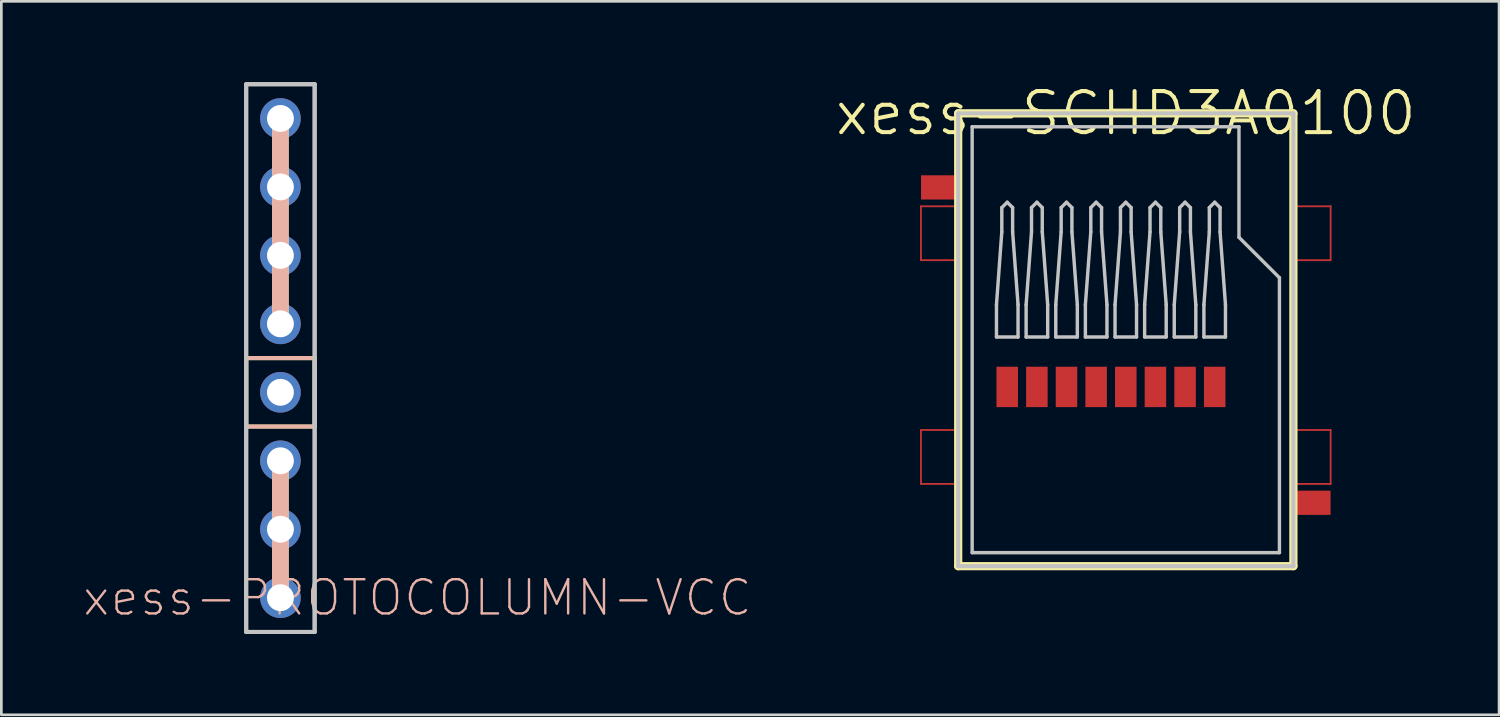
<source format=kicad_pcb>
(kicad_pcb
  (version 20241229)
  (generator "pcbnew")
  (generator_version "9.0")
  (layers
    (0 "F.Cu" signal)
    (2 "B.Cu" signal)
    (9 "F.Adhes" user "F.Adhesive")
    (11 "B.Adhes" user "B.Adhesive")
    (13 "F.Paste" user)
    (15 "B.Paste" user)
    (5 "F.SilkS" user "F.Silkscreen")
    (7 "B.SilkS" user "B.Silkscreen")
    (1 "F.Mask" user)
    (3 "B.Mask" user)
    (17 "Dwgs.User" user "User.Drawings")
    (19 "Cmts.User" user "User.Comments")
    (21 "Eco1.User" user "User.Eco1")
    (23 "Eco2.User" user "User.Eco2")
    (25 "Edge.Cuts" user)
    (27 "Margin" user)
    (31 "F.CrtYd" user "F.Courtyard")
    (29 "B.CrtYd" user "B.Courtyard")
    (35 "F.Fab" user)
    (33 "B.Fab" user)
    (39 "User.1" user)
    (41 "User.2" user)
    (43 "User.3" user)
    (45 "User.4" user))
  (footprint "xess-SCHD3A0100"
    (layer "F.Cu")
    (at 38.718 1.155)
    (property "Reference" "xess-SCHD3A0100" (at 0 0 0) (layer "F.SilkS") (effects (font (size 1.524 1.524) (thickness 0.15))))
    (attr smd)
    (fp_line (start -7.6 3.449) (end -6.149 3.449) (stroke (width 0.066) (type solid)) (layer "F.Cu"))
    (fp_line (start -7.6 5.448) (end -7.6 3.449) (stroke (width 0.066) (type solid)) (layer "F.Cu"))
    (fp_line (start -7.6 5.448) (end -6.149 5.448) (stroke (width 0.066) (type solid)) (layer "F.Cu"))
    (fp_line (start -7.6 11.748) (end -6.149 11.748) (stroke (width 0.066) (type solid)) (layer "F.Cu"))
    (fp_line (start -7.6 13.749) (end -7.6 11.748) (stroke (width 0.066) (type solid)) (layer "F.Cu"))
    (fp_line (start -7.6 13.749) (end -6.149 13.749) (stroke (width 0.066) (type solid)) (layer "F.Cu"))
    (fp_line (start -6.149 5.448) (end -6.149 3.449) (stroke (width 0.066) (type solid)) (layer "F.Cu"))
    (fp_line (start -6.149 13.749) (end -6.149 11.748) (stroke (width 0.066) (type solid)) (layer "F.Cu"))
    (fp_line (start 6.149 3.449) (end 7.6 3.449) (stroke (width 0.066) (type solid)) (layer "F.Cu"))
    (fp_line (start 6.149 5.448) (end 6.149 3.449) (stroke (width 0.066) (type solid)) (layer "F.Cu"))
    (fp_line (start 6.149 5.448) (end 7.6 5.448) (stroke (width 0.066) (type solid)) (layer "F.Cu"))
    (fp_line (start 6.149 11.748) (end 7.6 11.748) (stroke (width 0.066) (type solid)) (layer "F.Cu"))
    (fp_line (start 6.149 13.749) (end 6.149 11.748) (stroke (width 0.066) (type solid)) (layer "F.Cu"))
    (fp_line (start 6.149 13.749) (end 7.6 13.749) (stroke (width 0.066) (type solid)) (layer "F.Cu"))
    (fp_line (start 7.6 5.448) (end 7.6 3.449) (stroke (width 0.066) (type solid)) (layer "F.Cu"))
    (fp_line (start 7.6 13.749) (end 7.6 11.748) (stroke (width 0.066) (type solid)) (layer "F.Cu"))
    (fp_line (start -6.218 0) (end -6.218 16.8) (stroke (width 0.305) (type solid)) (layer "F.SilkS"))
    (fp_line (start -6.218 16.8) (end 6.218 16.8) (stroke (width 0.305) (type solid)) (layer "F.SilkS"))
    (fp_line (start 6.218 0) (end -6.218 0) (stroke (width 0.305) (type solid)) (layer "F.SilkS"))
    (fp_line (start 6.218 16.8) (end 6.218 0) (stroke (width 0.305) (type solid)) (layer "F.SilkS"))
    (fp_line (start -6.218 0) (end -6.218 16.8) (stroke (width 0.15) (type solid)) (layer "Dwgs.User"))
    (fp_line (start -6.218 16.8) (end 6.218 16.8) (stroke (width 0.15) (type solid)) (layer "Dwgs.User"))
    (fp_line (start -5.7 0.498) (end 4.199 0.498) (stroke (width 0.127) (type solid)) (layer "Dwgs.User"))
    (fp_line (start -5.7 16.299) (end -5.7 0.498) (stroke (width 0.127) (type solid)) (layer "Dwgs.User"))
    (fp_line (start -4.798 7.099) (end -4.6 4.399) (stroke (width 0.127) (type solid)) (layer "Dwgs.User"))
    (fp_line (start -4.798 8.298) (end -4.798 7.099) (stroke (width 0.127) (type solid)) (layer "Dwgs.User"))
    (fp_line (start -4.6 3.498) (end -4.399 3.299) (stroke (width 0.127) (type solid)) (layer "Dwgs.User"))
    (fp_line (start -4.6 4.399) (end -4.6 3.498) (stroke (width 0.127) (type solid)) (layer "Dwgs.User"))
    (fp_line (start -4.399 3.299) (end -4.199 3.498) (stroke (width 0.127) (type solid)) (layer "Dwgs.User"))
    (fp_line (start -4.199 3.498) (end -4.199 4.399) (stroke (width 0.127) (type solid)) (layer "Dwgs.User"))
    (fp_line (start -4.199 4.399) (end -3.998 7.099) (stroke (width 0.127) (type solid)) (layer "Dwgs.User"))
    (fp_line (start -3.998 7.099) (end -3.998 8.298) (stroke (width 0.127) (type solid)) (layer "Dwgs.User"))
    (fp_line (start -3.998 8.298) (end -4.798 8.298) (stroke (width 0.127) (type solid)) (layer "Dwgs.User"))
    (fp_line (start -3.698 7.099) (end -3.498 4.399) (stroke (width 0.127) (type solid)) (layer "Dwgs.User"))
    (fp_line (start -3.698 8.298) (end -3.698 7.099) (stroke (width 0.127) (type solid)) (layer "Dwgs.User"))
    (fp_line (start -3.498 3.498) (end -3.299 3.299) (stroke (width 0.127) (type solid)) (layer "Dwgs.User"))
    (fp_line (start -3.498 4.399) (end -3.498 3.498) (stroke (width 0.127) (type solid)) (layer "Dwgs.User"))
    (fp_line (start -3.299 3.299) (end -3.099 3.498) (stroke (width 0.127) (type solid)) (layer "Dwgs.User"))
    (fp_line (start -3.099 3.498) (end -3.099 4.399) (stroke (width 0.127) (type solid)) (layer "Dwgs.User"))
    (fp_line (start -3.099 4.399) (end -2.898 7.099) (stroke (width 0.127) (type solid)) (layer "Dwgs.User"))
    (fp_line (start -2.898 7.099) (end -2.898 8.298) (stroke (width 0.127) (type solid)) (layer "Dwgs.User"))
    (fp_line (start -2.898 8.298) (end -3.698 8.298) (stroke (width 0.127) (type solid)) (layer "Dwgs.User"))
    (fp_line (start -2.598 7.099) (end -2.398 4.399) (stroke (width 0.127) (type solid)) (layer "Dwgs.User"))
    (fp_line (start -2.598 8.298) (end -2.598 7.099) (stroke (width 0.127) (type solid)) (layer "Dwgs.User"))
    (fp_line (start -2.398 3.498) (end -2.2 3.299) (stroke (width 0.127) (type solid)) (layer "Dwgs.User"))
    (fp_line (start -2.398 4.399) (end -2.398 3.498) (stroke (width 0.127) (type solid)) (layer "Dwgs.User"))
    (fp_line (start -2.2 3.299) (end -1.999 3.498) (stroke (width 0.127) (type solid)) (layer "Dwgs.User"))
    (fp_line (start -1.999 3.498) (end -1.999 4.399) (stroke (width 0.127) (type solid)) (layer "Dwgs.User"))
    (fp_line (start -1.999 4.399) (end -1.798 7.099) (stroke (width 0.127) (type solid)) (layer "Dwgs.User"))
    (fp_line (start -1.798 7.099) (end -1.798 8.298) (stroke (width 0.127) (type solid)) (layer "Dwgs.User"))
    (fp_line (start -1.798 8.298) (end -2.598 8.298) (stroke (width 0.127) (type solid)) (layer "Dwgs.User"))
    (fp_line (start -1.499 7.099) (end -1.298 4.399) (stroke (width 0.127) (type solid)) (layer "Dwgs.User"))
    (fp_line (start -1.499 8.298) (end -1.499 7.099) (stroke (width 0.127) (type solid)) (layer "Dwgs.User"))
    (fp_line (start -1.298 3.498) (end -1.1 3.299) (stroke (width 0.127) (type solid)) (layer "Dwgs.User"))
    (fp_line (start -1.298 4.399) (end -1.298 3.498) (stroke (width 0.127) (type solid)) (layer "Dwgs.User"))
    (fp_line (start -1.1 3.299) (end -0.899 3.498) (stroke (width 0.127) (type solid)) (layer "Dwgs.User"))
    (fp_line (start -0.899 3.498) (end -0.899 4.399) (stroke (width 0.127) (type solid)) (layer "Dwgs.User"))
    (fp_line (start -0.899 4.399) (end -0.699 7.099) (stroke (width 0.127) (type solid)) (layer "Dwgs.User"))
    (fp_line (start -0.699 7.099) (end -0.699 8.298) (stroke (width 0.127) (type solid)) (layer "Dwgs.User"))
    (fp_line (start -0.699 8.298) (end -1.499 8.298) (stroke (width 0.127) (type solid)) (layer "Dwgs.User"))
    (fp_line (start -0.399 7.099) (end -0.198 4.399) (stroke (width 0.127) (type solid)) (layer "Dwgs.User"))
    (fp_line (start -0.399 8.298) (end -0.399 7.099) (stroke (width 0.127) (type solid)) (layer "Dwgs.User"))
    (fp_line (start -0.198 3.498) (end 0 3.299) (stroke (width 0.127) (type solid)) (layer "Dwgs.User"))
    (fp_line (start -0.198 4.399) (end -0.198 3.498) (stroke (width 0.127) (type solid)) (layer "Dwgs.User"))
    (fp_line (start 0 3.299) (end 0.198 3.498) (stroke (width 0.127) (type solid)) (layer "Dwgs.User"))
    (fp_line (start 0.198 3.498) (end 0.198 4.399) (stroke (width 0.127) (type solid)) (layer "Dwgs.User"))
    (fp_line (start 0.198 4.399) (end 0.399 7.099) (stroke (width 0.127) (type solid)) (layer "Dwgs.User"))
    (fp_line (start 0.399 7.099) (end 0.399 8.298) (stroke (width 0.127) (type solid)) (layer "Dwgs.User"))
    (fp_line (start 0.399 8.298) (end -0.399 8.298) (stroke (width 0.127) (type solid)) (layer "Dwgs.User"))
    (fp_line (start 0.699 7.099) (end 0.899 4.399) (stroke (width 0.127) (type solid)) (layer "Dwgs.User"))
    (fp_line (start 0.699 8.298) (end 0.699 7.099) (stroke (width 0.127) (type solid)) (layer "Dwgs.User"))
    (fp_line (start 0.899 3.498) (end 1.1 3.299) (stroke (width 0.127) (type solid)) (layer "Dwgs.User"))
    (fp_line (start 0.899 4.399) (end 0.899 3.498) (stroke (width 0.127) (type solid)) (layer "Dwgs.User"))
    (fp_line (start 1.1 3.299) (end 1.298 3.498) (stroke (width 0.127) (type solid)) (layer "Dwgs.User"))
    (fp_line (start 1.298 3.498) (end 1.298 4.399) (stroke (width 0.127) (type solid)) (layer "Dwgs.User"))
    (fp_line (start 1.298 4.399) (end 1.499 7.099) (stroke (width 0.127) (type solid)) (layer "Dwgs.User"))
    (fp_line (start 1.499 7.099) (end 1.499 8.298) (stroke (width 0.127) (type solid)) (layer "Dwgs.User"))
    (fp_line (start 1.499 8.298) (end 0.699 8.298) (stroke (width 0.127) (type solid)) (layer "Dwgs.User"))
    (fp_line (start 1.798 7.099) (end 1.999 4.399) (stroke (width 0.127) (type solid)) (layer "Dwgs.User"))
    (fp_line (start 1.798 8.298) (end 1.798 7.099) (stroke (width 0.127) (type solid)) (layer "Dwgs.User"))
    (fp_line (start 1.999 3.498) (end 2.2 3.299) (stroke (width 0.127) (type solid)) (layer "Dwgs.User"))
    (fp_line (start 1.999 4.399) (end 1.999 3.498) (stroke (width 0.127) (type solid)) (layer "Dwgs.User"))
    (fp_line (start 2.2 3.299) (end 2.398 3.498) (stroke (width 0.127) (type solid)) (layer "Dwgs.User"))
    (fp_line (start 2.398 3.498) (end 2.398 4.399) (stroke (width 0.127) (type solid)) (layer "Dwgs.User"))
    (fp_line (start 2.398 4.399) (end 2.598 7.099) (stroke (width 0.127) (type solid)) (layer "Dwgs.User"))
    (fp_line (start 2.598 7.099) (end 2.598 8.298) (stroke (width 0.127) (type solid)) (layer "Dwgs.User"))
    (fp_line (start 2.598 8.298) (end 1.798 8.298) (stroke (width 0.127) (type solid)) (layer "Dwgs.User"))
    (fp_line (start 2.898 7.099) (end 3.099 4.399) (stroke (width 0.127) (type solid)) (layer "Dwgs.User"))
    (fp_line (start 2.898 8.298) (end 2.898 7.099) (stroke (width 0.127) (type solid)) (layer "Dwgs.User"))
    (fp_line (start 3.099 3.498) (end 3.299 3.299) (stroke (width 0.127) (type solid)) (layer "Dwgs.User"))
    (fp_line (start 3.099 4.399) (end 3.099 3.498) (stroke (width 0.127) (type solid)) (layer "Dwgs.User"))
    (fp_line (start 3.299 3.299) (end 3.498 3.498) (stroke (width 0.127) (type solid)) (layer "Dwgs.User"))
    (fp_line (start 3.498 3.498) (end 3.498 4.399) (stroke (width 0.127) (type solid)) (layer "Dwgs.User"))
    (fp_line (start 3.498 4.399) (end 3.698 7.099) (stroke (width 0.127) (type solid)) (layer "Dwgs.User"))
    (fp_line (start 3.698 7.099) (end 3.698 8.298) (stroke (width 0.127) (type solid)) (layer "Dwgs.User"))
    (fp_line (start 3.698 8.298) (end 2.898 8.298) (stroke (width 0.127) (type solid)) (layer "Dwgs.User"))
    (fp_line (start 4.199 0.498) (end 4.199 4.6) (stroke (width 0.127) (type solid)) (layer "Dwgs.User"))
    (fp_line (start 4.199 4.6) (end 5.7 6.099) (stroke (width 0.127) (type solid)) (layer "Dwgs.User"))
    (fp_line (start 5.7 6.099) (end 5.7 16.299) (stroke (width 0.127) (type solid)) (layer "Dwgs.User"))
    (fp_line (start 5.7 16.299) (end -5.7 16.299) (stroke (width 0.127) (type solid)) (layer "Dwgs.User"))
    (fp_line (start 6.218 0) (end -6.218 0) (stroke (width 0.15) (type solid)) (layer "Dwgs.User"))
    (fp_line (start 6.218 16.8) (end 6.218 0) (stroke (width 0.15) (type solid)) (layer "Dwgs.User"))
    (pad "1" smd rect (at 3.299 10.15) (size 0.798 1.499) (layers "F.Cu" "F.Mask" "F.Paste"))
    (pad "2" smd rect (at 2.2 10.15) (size 0.798 1.499) (layers "F.Cu" "F.Mask" "F.Paste"))
    (pad "3" smd rect (at 1.1 10.15) (size 0.798 1.499) (layers "F.Cu" "F.Mask" "F.Paste"))
    (pad "4" smd rect (at 0 10.15) (size 0.798 1.499) (layers "F.Cu" "F.Mask" "F.Paste"))
    (pad "5" smd rect (at -1.1 10.15) (size 0.798 1.499) (layers "F.Cu" "F.Mask" "F.Paste"))
    (pad "6" smd rect (at -2.2 10.15) (size 0.798 1.499) (layers "F.Cu" "F.Mask" "F.Paste"))
    (pad "7" smd rect (at -3.299 10.15) (size 0.798 1.499) (layers "F.Cu" "F.Mask" "F.Paste"))
    (pad "8" smd rect (at -4.399 10.15) (size 0.798 1.499) (layers "F.Cu" "F.Mask" "F.Paste"))
    (pad "G1" smd rect (at 6.873 14.448) (size 1.448 0.899) (layers "F.Cu" "F.Mask" "F.Paste"))
    (pad "G2" smd rect (at -6.873 2.748) (size 1.448 0.899) (layers "F.Cu" "F.Mask" "F.Paste")))
  (footprint "xess-PROTOCOLUMN-VCC"
    (layer "F.Cu")
    (at 7.354 11.505)
    (property "Reference" "xess-PROTOCOLUMN-VCC" (at 5.08 7.62 0) (layer "B.SilkS") (effects (font (size 1.27 1.27) (thickness 0.089))))
    (attr exclude_from_pos_files exclude_from_bom)
    (fp_line (start -1.27 -1.27) (end 1.27 -1.27) (stroke (width 0.15) (type solid)) (layer "F.SilkS"))
    (fp_line (start -1.27 1.27) (end -1.27 -1.27) (stroke (width 0.15) (type solid)) (layer "F.SilkS"))
    (fp_line (start 0 -10.16) (end 0 -2.54) (stroke (width 0.61) (type solid)) (layer "F.SilkS"))
    (fp_line (start 0 2.54) (end 0 7.62) (stroke (width 0.61) (type solid)) (layer "F.SilkS"))
    (fp_line (start 1.27 -1.27) (end 1.27 1.27) (stroke (width 0.15) (type solid)) (layer "F.SilkS"))
    (fp_line (start 1.27 1.27) (end -1.27 1.27) (stroke (width 0.15) (type solid)) (layer "F.SilkS"))
    (fp_line (start -1.27 -1.27) (end 1.27 -1.27) (stroke (width 0.15) (type solid)) (layer "B.SilkS"))
    (fp_line (start -1.27 1.27) (end -1.27 -1.27) (stroke (width 0.15) (type solid)) (layer "B.SilkS"))
    (fp_line (start 0 -10.16) (end 0 -2.54) (stroke (width 0.61) (type solid)) (layer "B.SilkS"))
    (fp_line (start 0 2.54) (end 0 7.62) (stroke (width 0.61) (type solid)) (layer "B.SilkS"))
    (fp_line (start 1.27 -1.27) (end 1.27 1.27) (stroke (width 0.15) (type solid)) (layer "B.SilkS"))
    (fp_line (start 1.27 1.27) (end -1.27 1.27) (stroke (width 0.15) (type solid)) (layer "B.SilkS"))
    (fp_line (start -1.27 -11.43) (end 1.27 -11.43) (stroke (width 0.15) (type solid)) (layer "Dwgs.User"))
    (fp_line (start -1.27 -11.43) (end 1.27 -11.43) (stroke (width 0.15) (type solid)) (layer "Dwgs.User"))
    (fp_line (start -1.27 8.89) (end -1.27 -11.43) (stroke (width 0.15) (type solid)) (layer "Dwgs.User"))
    (fp_line (start -1.27 8.89) (end -1.27 -11.43) (stroke (width 0.15) (type solid)) (layer "Dwgs.User"))
    (fp_line (start 1.27 -11.43) (end 1.27 8.89) (stroke (width 0.15) (type solid)) (layer "Dwgs.User"))
    (fp_line (start 1.27 -11.43) (end 1.27 8.89) (stroke (width 0.15) (type solid)) (layer "Dwgs.User"))
    (fp_line (start 1.27 8.89) (end -1.27 8.89) (stroke (width 0.15) (type solid)) (layer "Dwgs.User"))
    (fp_line (start 1.27 8.89) (end -1.27 8.89) (stroke (width 0.15) (type solid)) (layer "Dwgs.User"))
    (pad "P1" thru_hole circle (at 0 -10.16) (size 1.506 1.506) (drill 0.998) (layers "*.Cu" "*.Mask"))
    (pad "P2" thru_hole circle (at 0 -7.62) (size 1.506 1.506) (drill 0.998) (layers "*.Cu" "*.Mask"))
    (pad "P3" thru_hole circle (at 0 -5.08) (size 1.506 1.506) (drill 0.998) (layers "*.Cu" "*.Mask"))
    (pad "P4" thru_hole circle (at 0 -2.54) (size 1.506 1.506) (drill 0.998) (layers "*.Cu" "*.Mask"))
    (pad "P5" thru_hole circle (at 0 2.54) (size 1.506 1.506) (drill 0.998) (layers "*.Cu" "*.Mask"))
    (pad "P6" thru_hole circle (at 0 5.08) (size 1.506 1.506) (drill 0.998) (layers "*.Cu" "*.Mask"))
    (pad "P7" thru_hole circle (at 0 7.62) (size 1.506 1.506) (drill 0.998) (layers "*.Cu" "*.Mask"))
    (pad "PVCC" thru_hole circle (at 0 0) (size 1.506 1.506) (drill 0.998) (layers "*.Cu" "*.Mask")))
  (gr_rect
    (start -3 -3)
    (end 52.567 23.47)
    (stroke (width 0.1) (type default))
    (fill no)
    (layer "Edge.Cuts")))
</source>
